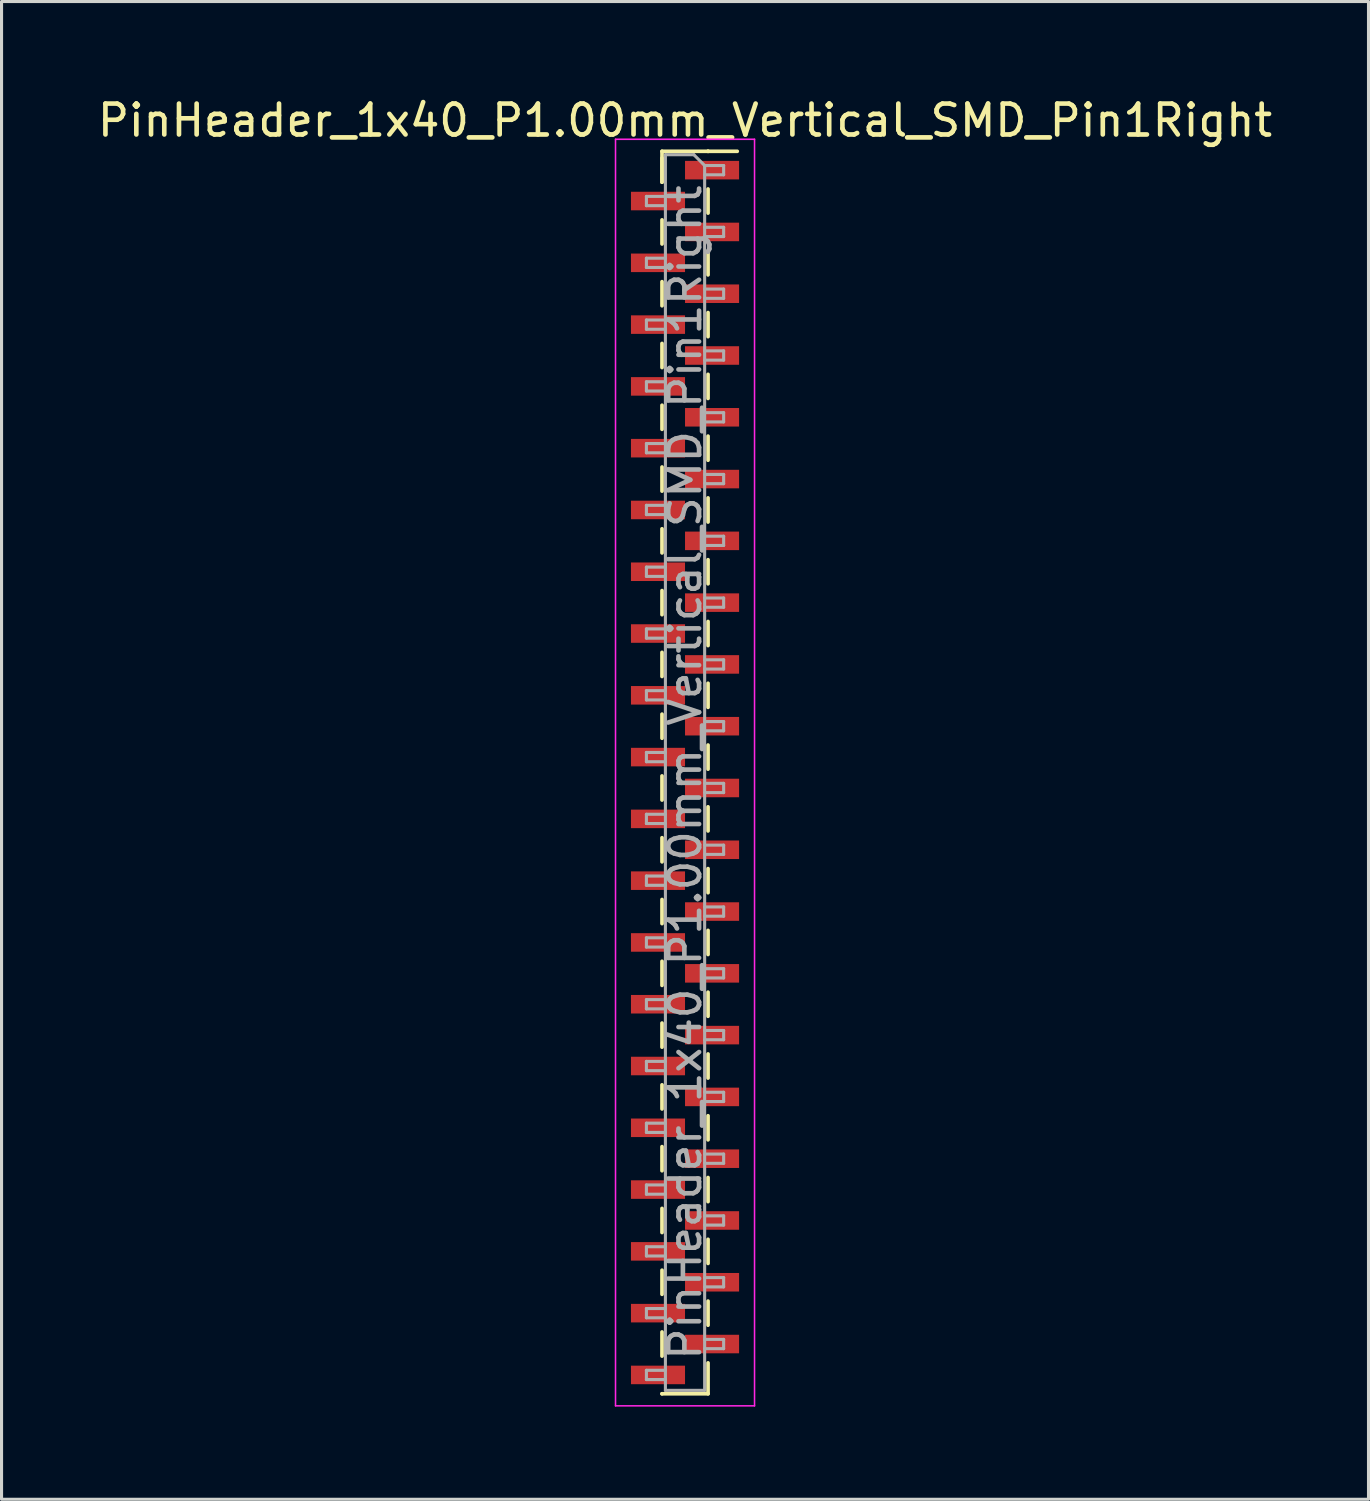
<source format=kicad_pcb>
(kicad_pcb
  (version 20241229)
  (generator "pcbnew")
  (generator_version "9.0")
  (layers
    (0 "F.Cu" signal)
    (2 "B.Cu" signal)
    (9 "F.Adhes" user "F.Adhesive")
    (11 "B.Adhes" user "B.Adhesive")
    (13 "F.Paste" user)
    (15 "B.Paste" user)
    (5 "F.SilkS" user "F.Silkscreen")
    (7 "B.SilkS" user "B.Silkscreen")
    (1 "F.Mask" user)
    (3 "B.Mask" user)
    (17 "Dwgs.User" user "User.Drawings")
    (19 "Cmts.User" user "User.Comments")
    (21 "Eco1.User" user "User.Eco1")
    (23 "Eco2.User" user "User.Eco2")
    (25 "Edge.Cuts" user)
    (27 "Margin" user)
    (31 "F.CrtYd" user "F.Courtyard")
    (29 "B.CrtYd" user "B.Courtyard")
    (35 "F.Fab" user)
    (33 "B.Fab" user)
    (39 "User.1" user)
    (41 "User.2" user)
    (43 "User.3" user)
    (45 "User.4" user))
  (footprint "PinHeader_1x40_P1.00mm_Vertical_SMD_Pin1Right"
    (layer "F.Cu")
    (at 19.125 21.958)
    (property "Reference" "PinHeader_1x40_P1.00mm_Vertical_SMD_Pin1Right" (at 0 -21.11 0) (layer "F.SilkS") (effects (font (size 1 1) (thickness 0.15))))
    (attr smd)
    (fp_line (start -0.745 -20.11) (end -0.745 -19.11) (stroke (width 0.12) (type solid)) (layer "F.SilkS"))
    (fp_line (start -0.745 -20.11) (end 0.745 -20.11) (stroke (width 0.12) (type solid)) (layer "F.SilkS"))
    (fp_line (start -0.745 -19.89) (end -0.745 -19.11) (stroke (width 0.12) (type solid)) (layer "F.SilkS"))
    (fp_line (start -0.745 -17.89) (end -0.745 -17.11) (stroke (width 0.12) (type solid)) (layer "F.SilkS"))
    (fp_line (start -0.745 -15.89) (end -0.745 -15.11) (stroke (width 0.12) (type solid)) (layer "F.SilkS"))
    (fp_line (start -0.745 -13.89) (end -0.745 -13.11) (stroke (width 0.12) (type solid)) (layer "F.SilkS"))
    (fp_line (start -0.745 -11.89) (end -0.745 -11.11) (stroke (width 0.12) (type solid)) (layer "F.SilkS"))
    (fp_line (start -0.745 -9.89) (end -0.745 -9.11) (stroke (width 0.12) (type solid)) (layer "F.SilkS"))
    (fp_line (start -0.745 -7.89) (end -0.745 -7.11) (stroke (width 0.12) (type solid)) (layer "F.SilkS"))
    (fp_line (start -0.745 -5.89) (end -0.745 -5.11) (stroke (width 0.12) (type solid)) (layer "F.SilkS"))
    (fp_line (start -0.745 -3.89) (end -0.745 -3.11) (stroke (width 0.12) (type solid)) (layer "F.SilkS"))
    (fp_line (start -0.745 -1.89) (end -0.745 -1.11) (stroke (width 0.12) (type solid)) (layer "F.SilkS"))
    (fp_line (start -0.745 0.11) (end -0.745 0.89) (stroke (width 0.12) (type solid)) (layer "F.SilkS"))
    (fp_line (start -0.745 2.11) (end -0.745 2.89) (stroke (width 0.12) (type solid)) (layer "F.SilkS"))
    (fp_line (start -0.745 4.11) (end -0.745 4.89) (stroke (width 0.12) (type solid)) (layer "F.SilkS"))
    (fp_line (start -0.745 6.11) (end -0.745 6.89) (stroke (width 0.12) (type solid)) (layer "F.SilkS"))
    (fp_line (start -0.745 8.11) (end -0.745 8.89) (stroke (width 0.12) (type solid)) (layer "F.SilkS"))
    (fp_line (start -0.745 10.11) (end -0.745 10.89) (stroke (width 0.12) (type solid)) (layer "F.SilkS"))
    (fp_line (start -0.745 12.11) (end -0.745 12.89) (stroke (width 0.12) (type solid)) (layer "F.SilkS"))
    (fp_line (start -0.745 14.11) (end -0.745 14.89) (stroke (width 0.12) (type solid)) (layer "F.SilkS"))
    (fp_line (start -0.745 16.11) (end -0.745 16.89) (stroke (width 0.12) (type solid)) (layer "F.SilkS"))
    (fp_line (start -0.745 18.11) (end -0.745 18.89) (stroke (width 0.12) (type solid)) (layer "F.SilkS"))
    (fp_line (start -0.745 20.11) (end -0.745 20.11) (stroke (width 0.12) (type solid)) (layer "F.SilkS"))
    (fp_line (start -0.745 20.11) (end 0.745 20.11) (stroke (width 0.12) (type solid)) (layer "F.SilkS"))
    (fp_line (start 0.745 -20.11) (end 0.745 -20.11) (stroke (width 0.12) (type solid)) (layer "F.SilkS"))
    (fp_line (start 0.745 -20.11) (end 1.69 -20.11) (stroke (width 0.12) (type solid)) (layer "F.SilkS"))
    (fp_line (start 0.745 -18.89) (end 0.745 -18.11) (stroke (width 0.12) (type solid)) (layer "F.SilkS"))
    (fp_line (start 0.745 -16.89) (end 0.745 -16.11) (stroke (width 0.12) (type solid)) (layer "F.SilkS"))
    (fp_line (start 0.745 -14.89) (end 0.745 -14.11) (stroke (width 0.12) (type solid)) (layer "F.SilkS"))
    (fp_line (start 0.745 -12.89) (end 0.745 -12.11) (stroke (width 0.12) (type solid)) (layer "F.SilkS"))
    (fp_line (start 0.745 -10.89) (end 0.745 -10.11) (stroke (width 0.12) (type solid)) (layer "F.SilkS"))
    (fp_line (start 0.745 -8.89) (end 0.745 -8.11) (stroke (width 0.12) (type solid)) (layer "F.SilkS"))
    (fp_line (start 0.745 -6.89) (end 0.745 -6.11) (stroke (width 0.12) (type solid)) (layer "F.SilkS"))
    (fp_line (start 0.745 -4.89) (end 0.745 -4.11) (stroke (width 0.12) (type solid)) (layer "F.SilkS"))
    (fp_line (start 0.745 -2.89) (end 0.745 -2.11) (stroke (width 0.12) (type solid)) (layer "F.SilkS"))
    (fp_line (start 0.745 -0.89) (end 0.745 -0.11) (stroke (width 0.12) (type solid)) (layer "F.SilkS"))
    (fp_line (start 0.745 1.11) (end 0.745 1.89) (stroke (width 0.12) (type solid)) (layer "F.SilkS"))
    (fp_line (start 0.745 3.11) (end 0.745 3.89) (stroke (width 0.12) (type solid)) (layer "F.SilkS"))
    (fp_line (start 0.745 5.11) (end 0.745 5.89) (stroke (width 0.12) (type solid)) (layer "F.SilkS"))
    (fp_line (start 0.745 7.11) (end 0.745 7.89) (stroke (width 0.12) (type solid)) (layer "F.SilkS"))
    (fp_line (start 0.745 9.11) (end 0.745 9.89) (stroke (width 0.12) (type solid)) (layer "F.SilkS"))
    (fp_line (start 0.745 11.11) (end 0.745 11.89) (stroke (width 0.12) (type solid)) (layer "F.SilkS"))
    (fp_line (start 0.745 13.11) (end 0.745 13.89) (stroke (width 0.12) (type solid)) (layer "F.SilkS"))
    (fp_line (start 0.745 15.11) (end 0.745 15.89) (stroke (width 0.12) (type solid)) (layer "F.SilkS"))
    (fp_line (start 0.745 17.11) (end 0.745 17.89) (stroke (width 0.12) (type solid)) (layer "F.SilkS"))
    (fp_line (start 0.745 19.11) (end 0.745 20.11) (stroke (width 0.12) (type solid)) (layer "F.SilkS"))
    (fp_line (start -2.25 -20.5) (end -2.25 20.5) (stroke (width 0.05) (type solid)) (layer "F.CrtYd"))
    (fp_line (start -2.25 20.5) (end 2.25 20.5) (stroke (width 0.05) (type solid)) (layer "F.CrtYd"))
    (fp_line (start 2.25 -20.5) (end -2.25 -20.5) (stroke (width 0.05) (type solid)) (layer "F.CrtYd"))
    (fp_line (start 2.25 20.5) (end 2.25 -20.5) (stroke (width 0.05) (type solid)) (layer "F.CrtYd"))
    (fp_line (start -1.25 -18.65) (end -1.25 -18.35) (stroke (width 0.1) (type solid)) (layer "F.Fab"))
    (fp_line (start -1.25 -18.35) (end -0.635 -18.35) (stroke (width 0.1) (type solid)) (layer "F.Fab"))
    (fp_line (start -1.25 -16.65) (end -1.25 -16.35) (stroke (width 0.1) (type solid)) (layer "F.Fab"))
    (fp_line (start -1.25 -16.35) (end -0.635 -16.35) (stroke (width 0.1) (type solid)) (layer "F.Fab"))
    (fp_line (start -1.25 -14.65) (end -1.25 -14.35) (stroke (width 0.1) (type solid)) (layer "F.Fab"))
    (fp_line (start -1.25 -14.35) (end -0.635 -14.35) (stroke (width 0.1) (type solid)) (layer "F.Fab"))
    (fp_line (start -1.25 -12.65) (end -1.25 -12.35) (stroke (width 0.1) (type solid)) (layer "F.Fab"))
    (fp_line (start -1.25 -12.35) (end -0.635 -12.35) (stroke (width 0.1) (type solid)) (layer "F.Fab"))
    (fp_line (start -1.25 -10.65) (end -1.25 -10.35) (stroke (width 0.1) (type solid)) (layer "F.Fab"))
    (fp_line (start -1.25 -10.35) (end -0.635 -10.35) (stroke (width 0.1) (type solid)) (layer "F.Fab"))
    (fp_line (start -1.25 -8.65) (end -1.25 -8.35) (stroke (width 0.1) (type solid)) (layer "F.Fab"))
    (fp_line (start -1.25 -8.35) (end -0.635 -8.35) (stroke (width 0.1) (type solid)) (layer "F.Fab"))
    (fp_line (start -1.25 -6.65) (end -1.25 -6.35) (stroke (width 0.1) (type solid)) (layer "F.Fab"))
    (fp_line (start -1.25 -6.35) (end -0.635 -6.35) (stroke (width 0.1) (type solid)) (layer "F.Fab"))
    (fp_line (start -1.25 -4.65) (end -1.25 -4.35) (stroke (width 0.1) (type solid)) (layer "F.Fab"))
    (fp_line (start -1.25 -4.35) (end -0.635 -4.35) (stroke (width 0.1) (type solid)) (layer "F.Fab"))
    (fp_line (start -1.25 -2.65) (end -1.25 -2.35) (stroke (width 0.1) (type solid)) (layer "F.Fab"))
    (fp_line (start -1.25 -2.35) (end -0.635 -2.35) (stroke (width 0.1) (type solid)) (layer "F.Fab"))
    (fp_line (start -1.25 -0.65) (end -1.25 -0.35) (stroke (width 0.1) (type solid)) (layer "F.Fab"))
    (fp_line (start -1.25 -0.35) (end -0.635 -0.35) (stroke (width 0.1) (type solid)) (layer "F.Fab"))
    (fp_line (start -1.25 1.35) (end -1.25 1.65) (stroke (width 0.1) (type solid)) (layer "F.Fab"))
    (fp_line (start -1.25 1.65) (end -0.635 1.65) (stroke (width 0.1) (type solid)) (layer "F.Fab"))
    (fp_line (start -1.25 3.35) (end -1.25 3.65) (stroke (width 0.1) (type solid)) (layer "F.Fab"))
    (fp_line (start -1.25 3.65) (end -0.635 3.65) (stroke (width 0.1) (type solid)) (layer "F.Fab"))
    (fp_line (start -1.25 5.35) (end -1.25 5.65) (stroke (width 0.1) (type solid)) (layer "F.Fab"))
    (fp_line (start -1.25 5.65) (end -0.635 5.65) (stroke (width 0.1) (type solid)) (layer "F.Fab"))
    (fp_line (start -1.25 7.35) (end -1.25 7.65) (stroke (width 0.1) (type solid)) (layer "F.Fab"))
    (fp_line (start -1.25 7.65) (end -0.635 7.65) (stroke (width 0.1) (type solid)) (layer "F.Fab"))
    (fp_line (start -1.25 9.35) (end -1.25 9.65) (stroke (width 0.1) (type solid)) (layer "F.Fab"))
    (fp_line (start -1.25 9.65) (end -0.635 9.65) (stroke (width 0.1) (type solid)) (layer "F.Fab"))
    (fp_line (start -1.25 11.35) (end -1.25 11.65) (stroke (width 0.1) (type solid)) (layer "F.Fab"))
    (fp_line (start -1.25 11.65) (end -0.635 11.65) (stroke (width 0.1) (type solid)) (layer "F.Fab"))
    (fp_line (start -1.25 13.35) (end -1.25 13.65) (stroke (width 0.1) (type solid)) (layer "F.Fab"))
    (fp_line (start -1.25 13.65) (end -0.635 13.65) (stroke (width 0.1) (type solid)) (layer "F.Fab"))
    (fp_line (start -1.25 15.35) (end -1.25 15.65) (stroke (width 0.1) (type solid)) (layer "F.Fab"))
    (fp_line (start -1.25 15.65) (end -0.635 15.65) (stroke (width 0.1) (type solid)) (layer "F.Fab"))
    (fp_line (start -1.25 17.35) (end -1.25 17.65) (stroke (width 0.1) (type solid)) (layer "F.Fab"))
    (fp_line (start -1.25 17.65) (end -0.635 17.65) (stroke (width 0.1) (type solid)) (layer "F.Fab"))
    (fp_line (start -1.25 19.35) (end -1.25 19.65) (stroke (width 0.1) (type solid)) (layer "F.Fab"))
    (fp_line (start -1.25 19.65) (end -0.635 19.65) (stroke (width 0.1) (type solid)) (layer "F.Fab"))
    (fp_line (start -0.635 -20) (end -0.635 20) (stroke (width 0.1) (type solid)) (layer "F.Fab"))
    (fp_line (start -0.635 -20) (end 0.285 -20) (stroke (width 0.1) (type solid)) (layer "F.Fab"))
    (fp_line (start -0.635 -18.65) (end -1.25 -18.65) (stroke (width 0.1) (type solid)) (layer "F.Fab"))
    (fp_line (start -0.635 -16.65) (end -1.25 -16.65) (stroke (width 0.1) (type solid)) (layer "F.Fab"))
    (fp_line (start -0.635 -14.65) (end -1.25 -14.65) (stroke (width 0.1) (type solid)) (layer "F.Fab"))
    (fp_line (start -0.635 -12.65) (end -1.25 -12.65) (stroke (width 0.1) (type solid)) (layer "F.Fab"))
    (fp_line (start -0.635 -10.65) (end -1.25 -10.65) (stroke (width 0.1) (type solid)) (layer "F.Fab"))
    (fp_line (start -0.635 -8.65) (end -1.25 -8.65) (stroke (width 0.1) (type solid)) (layer "F.Fab"))
    (fp_line (start -0.635 -6.65) (end -1.25 -6.65) (stroke (width 0.1) (type solid)) (layer "F.Fab"))
    (fp_line (start -0.635 -4.65) (end -1.25 -4.65) (stroke (width 0.1) (type solid)) (layer "F.Fab"))
    (fp_line (start -0.635 -2.65) (end -1.25 -2.65) (stroke (width 0.1) (type solid)) (layer "F.Fab"))
    (fp_line (start -0.635 -0.65) (end -1.25 -0.65) (stroke (width 0.1) (type solid)) (layer "F.Fab"))
    (fp_line (start -0.635 1.35) (end -1.25 1.35) (stroke (width 0.1) (type solid)) (layer "F.Fab"))
    (fp_line (start -0.635 3.35) (end -1.25 3.35) (stroke (width 0.1) (type solid)) (layer "F.Fab"))
    (fp_line (start -0.635 5.35) (end -1.25 5.35) (stroke (width 0.1) (type solid)) (layer "F.Fab"))
    (fp_line (start -0.635 7.35) (end -1.25 7.35) (stroke (width 0.1) (type solid)) (layer "F.Fab"))
    (fp_line (start -0.635 9.35) (end -1.25 9.35) (stroke (width 0.1) (type solid)) (layer "F.Fab"))
    (fp_line (start -0.635 11.35) (end -1.25 11.35) (stroke (width 0.1) (type solid)) (layer "F.Fab"))
    (fp_line (start -0.635 13.35) (end -1.25 13.35) (stroke (width 0.1) (type solid)) (layer "F.Fab"))
    (fp_line (start -0.635 15.35) (end -1.25 15.35) (stroke (width 0.1) (type solid)) (layer "F.Fab"))
    (fp_line (start -0.635 17.35) (end -1.25 17.35) (stroke (width 0.1) (type solid)) (layer "F.Fab"))
    (fp_line (start -0.635 19.35) (end -1.25 19.35) (stroke (width 0.1) (type solid)) (layer "F.Fab"))
    (fp_line (start 0.635 -19.65) (end 0.285 -20) (stroke (width 0.1) (type solid)) (layer "F.Fab"))
    (fp_line (start 0.635 -19.65) (end 1.25 -19.65) (stroke (width 0.1) (type solid)) (layer "F.Fab"))
    (fp_line (start 0.635 -17.65) (end 1.25 -17.65) (stroke (width 0.1) (type solid)) (layer "F.Fab"))
    (fp_line (start 0.635 -15.65) (end 1.25 -15.65) (stroke (width 0.1) (type solid)) (layer "F.Fab"))
    (fp_line (start 0.635 -13.65) (end 1.25 -13.65) (stroke (width 0.1) (type solid)) (layer "F.Fab"))
    (fp_line (start 0.635 -11.65) (end 1.25 -11.65) (stroke (width 0.1) (type solid)) (layer "F.Fab"))
    (fp_line (start 0.635 -9.65) (end 1.25 -9.65) (stroke (width 0.1) (type solid)) (layer "F.Fab"))
    (fp_line (start 0.635 -7.65) (end 1.25 -7.65) (stroke (width 0.1) (type solid)) (layer "F.Fab"))
    (fp_line (start 0.635 -5.65) (end 1.25 -5.65) (stroke (width 0.1) (type solid)) (layer "F.Fab"))
    (fp_line (start 0.635 -3.65) (end 1.25 -3.65) (stroke (width 0.1) (type solid)) (layer "F.Fab"))
    (fp_line (start 0.635 -1.65) (end 1.25 -1.65) (stroke (width 0.1) (type solid)) (layer "F.Fab"))
    (fp_line (start 0.635 0.35) (end 1.25 0.35) (stroke (width 0.1) (type solid)) (layer "F.Fab"))
    (fp_line (start 0.635 2.35) (end 1.25 2.35) (stroke (width 0.1) (type solid)) (layer "F.Fab"))
    (fp_line (start 0.635 4.35) (end 1.25 4.35) (stroke (width 0.1) (type solid)) (layer "F.Fab"))
    (fp_line (start 0.635 6.35) (end 1.25 6.35) (stroke (width 0.1) (type solid)) (layer "F.Fab"))
    (fp_line (start 0.635 8.35) (end 1.25 8.35) (stroke (width 0.1) (type solid)) (layer "F.Fab"))
    (fp_line (start 0.635 10.35) (end 1.25 10.35) (stroke (width 0.1) (type solid)) (layer "F.Fab"))
    (fp_line (start 0.635 12.35) (end 1.25 12.35) (stroke (width 0.1) (type solid)) (layer "F.Fab"))
    (fp_line (start 0.635 14.35) (end 1.25 14.35) (stroke (width 0.1) (type solid)) (layer "F.Fab"))
    (fp_line (start 0.635 16.35) (end 1.25 16.35) (stroke (width 0.1) (type solid)) (layer "F.Fab"))
    (fp_line (start 0.635 18.35) (end 1.25 18.35) (stroke (width 0.1) (type solid)) (layer "F.Fab"))
    (fp_line (start 0.635 20) (end -0.635 20) (stroke (width 0.1) (type solid)) (layer "F.Fab"))
    (fp_line (start 0.635 20) (end 0.635 -19.65) (stroke (width 0.1) (type solid)) (layer "F.Fab"))
    (fp_line (start 1.25 -19.65) (end 1.25 -19.35) (stroke (width 0.1) (type solid)) (layer "F.Fab"))
    (fp_line (start 1.25 -19.35) (end 0.635 -19.35) (stroke (width 0.1) (type solid)) (layer "F.Fab"))
    (fp_line (start 1.25 -17.65) (end 1.25 -17.35) (stroke (width 0.1) (type solid)) (layer "F.Fab"))
    (fp_line (start 1.25 -17.35) (end 0.635 -17.35) (stroke (width 0.1) (type solid)) (layer "F.Fab"))
    (fp_line (start 1.25 -15.65) (end 1.25 -15.35) (stroke (width 0.1) (type solid)) (layer "F.Fab"))
    (fp_line (start 1.25 -15.35) (end 0.635 -15.35) (stroke (width 0.1) (type solid)) (layer "F.Fab"))
    (fp_line (start 1.25 -13.65) (end 1.25 -13.35) (stroke (width 0.1) (type solid)) (layer "F.Fab"))
    (fp_line (start 1.25 -13.35) (end 0.635 -13.35) (stroke (width 0.1) (type solid)) (layer "F.Fab"))
    (fp_line (start 1.25 -11.65) (end 1.25 -11.35) (stroke (width 0.1) (type solid)) (layer "F.Fab"))
    (fp_line (start 1.25 -11.35) (end 0.635 -11.35) (stroke (width 0.1) (type solid)) (layer "F.Fab"))
    (fp_line (start 1.25 -9.65) (end 1.25 -9.35) (stroke (width 0.1) (type solid)) (layer "F.Fab"))
    (fp_line (start 1.25 -9.35) (end 0.635 -9.35) (stroke (width 0.1) (type solid)) (layer "F.Fab"))
    (fp_line (start 1.25 -7.65) (end 1.25 -7.35) (stroke (width 0.1) (type solid)) (layer "F.Fab"))
    (fp_line (start 1.25 -7.35) (end 0.635 -7.35) (stroke (width 0.1) (type solid)) (layer "F.Fab"))
    (fp_line (start 1.25 -5.65) (end 1.25 -5.35) (stroke (width 0.1) (type solid)) (layer "F.Fab"))
    (fp_line (start 1.25 -5.35) (end 0.635 -5.35) (stroke (width 0.1) (type solid)) (layer "F.Fab"))
    (fp_line (start 1.25 -3.65) (end 1.25 -3.35) (stroke (width 0.1) (type solid)) (layer "F.Fab"))
    (fp_line (start 1.25 -3.35) (end 0.635 -3.35) (stroke (width 0.1) (type solid)) (layer "F.Fab"))
    (fp_line (start 1.25 -1.65) (end 1.25 -1.35) (stroke (width 0.1) (type solid)) (layer "F.Fab"))
    (fp_line (start 1.25 -1.35) (end 0.635 -1.35) (stroke (width 0.1) (type solid)) (layer "F.Fab"))
    (fp_line (start 1.25 0.35) (end 1.25 0.65) (stroke (width 0.1) (type solid)) (layer "F.Fab"))
    (fp_line (start 1.25 0.65) (end 0.635 0.65) (stroke (width 0.1) (type solid)) (layer "F.Fab"))
    (fp_line (start 1.25 2.35) (end 1.25 2.65) (stroke (width 0.1) (type solid)) (layer "F.Fab"))
    (fp_line (start 1.25 2.65) (end 0.635 2.65) (stroke (width 0.1) (type solid)) (layer "F.Fab"))
    (fp_line (start 1.25 4.35) (end 1.25 4.65) (stroke (width 0.1) (type solid)) (layer "F.Fab"))
    (fp_line (start 1.25 4.65) (end 0.635 4.65) (stroke (width 0.1) (type solid)) (layer "F.Fab"))
    (fp_line (start 1.25 6.35) (end 1.25 6.65) (stroke (width 0.1) (type solid)) (layer "F.Fab"))
    (fp_line (start 1.25 6.65) (end 0.635 6.65) (stroke (width 0.1) (type solid)) (layer "F.Fab"))
    (fp_line (start 1.25 8.35) (end 1.25 8.65) (stroke (width 0.1) (type solid)) (layer "F.Fab"))
    (fp_line (start 1.25 8.65) (end 0.635 8.65) (stroke (width 0.1) (type solid)) (layer "F.Fab"))
    (fp_line (start 1.25 10.35) (end 1.25 10.65) (stroke (width 0.1) (type solid)) (layer "F.Fab"))
    (fp_line (start 1.25 10.65) (end 0.635 10.65) (stroke (width 0.1) (type solid)) (layer "F.Fab"))
    (fp_line (start 1.25 12.35) (end 1.25 12.65) (stroke (width 0.1) (type solid)) (layer "F.Fab"))
    (fp_line (start 1.25 12.65) (end 0.635 12.65) (stroke (width 0.1) (type solid)) (layer "F.Fab"))
    (fp_line (start 1.25 14.35) (end 1.25 14.65) (stroke (width 0.1) (type solid)) (layer "F.Fab"))
    (fp_line (start 1.25 14.65) (end 0.635 14.65) (stroke (width 0.1) (type solid)) (layer "F.Fab"))
    (fp_line (start 1.25 16.35) (end 1.25 16.65) (stroke (width 0.1) (type solid)) (layer "F.Fab"))
    (fp_line (start 1.25 16.65) (end 0.635 16.65) (stroke (width 0.1) (type solid)) (layer "F.Fab"))
    (fp_line (start 1.25 18.35) (end 1.25 18.65) (stroke (width 0.1) (type solid)) (layer "F.Fab"))
    (fp_line (start 1.25 18.65) (end 0.635 18.65) (stroke (width 0.1) (type solid)) (layer "F.Fab"))
    (fp_text user "${REFERENCE}" (at 0 0 90) (layer "F.Fab") (effects (font (size 1 1) (thickness 0.15))))
    (pad "1" smd rect (at 0.875 -19.5) (size 1.75 0.6) (layers "F.Cu" "F.Mask" "F.Paste"))
    (pad "2" smd rect (at -0.875 -18.5) (size 1.75 0.6) (layers "F.Cu" "F.Mask" "F.Paste"))
    (pad "3" smd rect (at 0.875 -17.5) (size 1.75 0.6) (layers "F.Cu" "F.Mask" "F.Paste"))
    (pad "4" smd rect (at -0.875 -16.5) (size 1.75 0.6) (layers "F.Cu" "F.Mask" "F.Paste"))
    (pad "5" smd rect (at 0.875 -15.5) (size 1.75 0.6) (layers "F.Cu" "F.Mask" "F.Paste"))
    (pad "6" smd rect (at -0.875 -14.5) (size 1.75 0.6) (layers "F.Cu" "F.Mask" "F.Paste"))
    (pad "7" smd rect (at 0.875 -13.5) (size 1.75 0.6) (layers "F.Cu" "F.Mask" "F.Paste"))
    (pad "8" smd rect (at -0.875 -12.5) (size 1.75 0.6) (layers "F.Cu" "F.Mask" "F.Paste"))
    (pad "9" smd rect (at 0.875 -11.5) (size 1.75 0.6) (layers "F.Cu" "F.Mask" "F.Paste"))
    (pad "10" smd rect (at -0.875 -10.5) (size 1.75 0.6) (layers "F.Cu" "F.Mask" "F.Paste"))
    (pad "11" smd rect (at 0.875 -9.5) (size 1.75 0.6) (layers "F.Cu" "F.Mask" "F.Paste"))
    (pad "12" smd rect (at -0.875 -8.5) (size 1.75 0.6) (layers "F.Cu" "F.Mask" "F.Paste"))
    (pad "13" smd rect (at 0.875 -7.5) (size 1.75 0.6) (layers "F.Cu" "F.Mask" "F.Paste"))
    (pad "14" smd rect (at -0.875 -6.5) (size 1.75 0.6) (layers "F.Cu" "F.Mask" "F.Paste"))
    (pad "15" smd rect (at 0.875 -5.5) (size 1.75 0.6) (layers "F.Cu" "F.Mask" "F.Paste"))
    (pad "16" smd rect (at -0.875 -4.5) (size 1.75 0.6) (layers "F.Cu" "F.Mask" "F.Paste"))
    (pad "17" smd rect (at 0.875 -3.5) (size 1.75 0.6) (layers "F.Cu" "F.Mask" "F.Paste"))
    (pad "18" smd rect (at -0.875 -2.5) (size 1.75 0.6) (layers "F.Cu" "F.Mask" "F.Paste"))
    (pad "19" smd rect (at 0.875 -1.5) (size 1.75 0.6) (layers "F.Cu" "F.Mask" "F.Paste"))
    (pad "20" smd rect (at -0.875 -0.5) (size 1.75 0.6) (layers "F.Cu" "F.Mask" "F.Paste"))
    (pad "21" smd rect (at 0.875 0.5) (size 1.75 0.6) (layers "F.Cu" "F.Mask" "F.Paste"))
    (pad "22" smd rect (at -0.875 1.5) (size 1.75 0.6) (layers "F.Cu" "F.Mask" "F.Paste"))
    (pad "23" smd rect (at 0.875 2.5) (size 1.75 0.6) (layers "F.Cu" "F.Mask" "F.Paste"))
    (pad "24" smd rect (at -0.875 3.5) (size 1.75 0.6) (layers "F.Cu" "F.Mask" "F.Paste"))
    (pad "25" smd rect (at 0.875 4.5) (size 1.75 0.6) (layers "F.Cu" "F.Mask" "F.Paste"))
    (pad "26" smd rect (at -0.875 5.5) (size 1.75 0.6) (layers "F.Cu" "F.Mask" "F.Paste"))
    (pad "27" smd rect (at 0.875 6.5) (size 1.75 0.6) (layers "F.Cu" "F.Mask" "F.Paste"))
    (pad "28" smd rect (at -0.875 7.5) (size 1.75 0.6) (layers "F.Cu" "F.Mask" "F.Paste"))
    (pad "29" smd rect (at 0.875 8.5) (size 1.75 0.6) (layers "F.Cu" "F.Mask" "F.Paste"))
    (pad "30" smd rect (at -0.875 9.5) (size 1.75 0.6) (layers "F.Cu" "F.Mask" "F.Paste"))
    (pad "31" smd rect (at 0.875 10.5) (size 1.75 0.6) (layers "F.Cu" "F.Mask" "F.Paste"))
    (pad "32" smd rect (at -0.875 11.5) (size 1.75 0.6) (layers "F.Cu" "F.Mask" "F.Paste"))
    (pad "33" smd rect (at 0.875 12.5) (size 1.75 0.6) (layers "F.Cu" "F.Mask" "F.Paste"))
    (pad "34" smd rect (at -0.875 13.5) (size 1.75 0.6) (layers "F.Cu" "F.Mask" "F.Paste"))
    (pad "35" smd rect (at 0.875 14.5) (size 1.75 0.6) (layers "F.Cu" "F.Mask" "F.Paste"))
    (pad "36" smd rect (at -0.875 15.5) (size 1.75 0.6) (layers "F.Cu" "F.Mask" "F.Paste"))
    (pad "37" smd rect (at 0.875 16.5) (size 1.75 0.6) (layers "F.Cu" "F.Mask" "F.Paste"))
    (pad "38" smd rect (at -0.875 17.5) (size 1.75 0.6) (layers "F.Cu" "F.Mask" "F.Paste"))
    (pad "39" smd rect (at 0.875 18.5) (size 1.75 0.6) (layers "F.Cu" "F.Mask" "F.Paste"))
    (pad "40" smd rect (at -0.875 19.5) (size 1.75 0.6) (layers "F.Cu" "F.Mask" "F.Paste")))
  (gr_rect
    (start -3 -3)
    (end 41.25 45.483)
    (stroke (width 0.1) (type default))
    (fill no)
    (layer "Edge.Cuts")))
</source>
